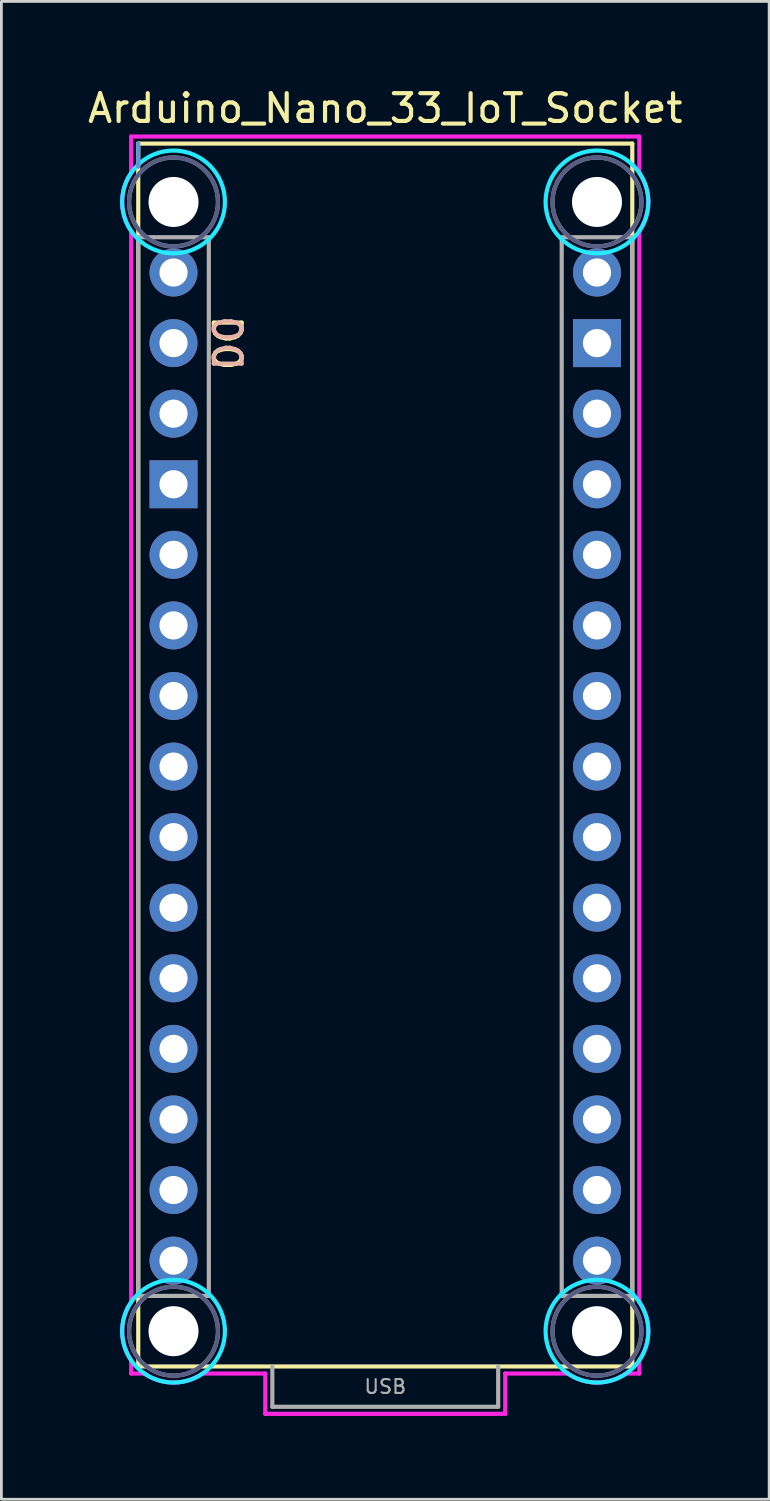
<source format=kicad_pcb>
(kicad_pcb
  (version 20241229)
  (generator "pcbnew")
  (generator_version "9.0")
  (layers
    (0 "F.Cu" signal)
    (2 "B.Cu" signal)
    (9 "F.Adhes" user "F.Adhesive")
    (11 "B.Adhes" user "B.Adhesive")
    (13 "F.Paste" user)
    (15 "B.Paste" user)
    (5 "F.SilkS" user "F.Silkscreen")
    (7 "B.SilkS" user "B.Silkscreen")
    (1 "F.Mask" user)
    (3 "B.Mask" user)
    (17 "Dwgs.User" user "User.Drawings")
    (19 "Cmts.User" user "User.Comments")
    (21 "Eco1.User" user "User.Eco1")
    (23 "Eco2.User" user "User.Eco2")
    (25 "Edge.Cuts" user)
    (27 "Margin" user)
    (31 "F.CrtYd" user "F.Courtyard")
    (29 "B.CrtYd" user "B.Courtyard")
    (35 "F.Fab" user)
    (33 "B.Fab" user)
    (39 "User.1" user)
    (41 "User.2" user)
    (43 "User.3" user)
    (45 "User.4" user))
  (footprint "Arduino_Nano_33_IoT_Socket"
    (layer "F.Cu")
    (at 10.815 46.128)
    (property "Reference" "Arduino_Nano_33_IoT_Socket" (at 0 -45.28 0) (layer "F.SilkS") (effects (font (size 1 1) (thickness 0.15))))
    (attr through_hole)
    (fp_line (start -8.89 -44.01) (end -8.89 0) (stroke (width 0.15) (type solid)) (layer "F.SilkS"))
    (fp_line (start -8.89 -44.01) (end 8.89 -44.01) (stroke (width 0.15) (type solid)) (layer "F.SilkS"))
    (fp_line (start -8.89 0) (end 8.89 0) (stroke (width 0.15) (type solid)) (layer "F.SilkS"))
    (fp_line (start 8.89 -44.01) (end 8.89 0) (stroke (width 0.15) (type solid)) (layer "F.SilkS"))
    (fp_line (start -8.89 -44.01) (end -8.89 -43.18) (stroke (width 0.15) (type solid)) (layer "Cmts.User"))
    (fp_circle (center -7.62 -41.91) (end -5.77 -41.91) (stroke (width 0.15) (type solid)) (fill no) (layer "B.CrtYd"))
    (fp_circle (center -7.62 -1.27) (end -5.77 -1.27) (stroke (width 0.15) (type solid)) (fill no) (layer "B.CrtYd"))
    (fp_circle (center 7.62 -41.91) (end 9.47 -41.91) (stroke (width 0.15) (type solid)) (fill no) (layer "B.CrtYd"))
    (fp_circle (center 7.62 -1.27) (end 9.47 -1.27) (stroke (width 0.15) (type solid)) (fill no) (layer "B.CrtYd"))
    (fp_line (start -9.144 -44.264) (end 9.144 -44.264) (stroke (width 0.15) (type solid)) (layer "F.CrtYd"))
    (fp_line (start -9.144 -42.951) (end -9.144 -44.264) (stroke (width 0.15) (type solid)) (layer "F.CrtYd"))
    (fp_line (start -9.144 -2.311) (end -9.144 -40.869) (stroke (width 0.15) (type solid)) (layer "F.CrtYd"))
    (fp_line (start -9.144 0.254) (end -9.144 -0.229) (stroke (width 0.15) (type solid)) (layer "F.CrtYd"))
    (fp_line (start -8.661 0.254) (end -9.144 0.254) (stroke (width 0.15) (type solid)) (layer "F.CrtYd"))
    (fp_line (start -4.318 0.254) (end -6.579 0.254) (stroke (width 0.15) (type solid)) (layer "F.CrtYd"))
    (fp_line (start -4.318 1.704) (end -4.318 0.254) (stroke (width 0.15) (type solid)) (layer "F.CrtYd"))
    (fp_line (start 4.318 0.254) (end 4.318 1.704) (stroke (width 0.15) (type solid)) (layer "F.CrtYd"))
    (fp_line (start 4.318 1.704) (end -4.318 1.704) (stroke (width 0.15) (type solid)) (layer "F.CrtYd"))
    (fp_line (start 6.579 0.254) (end 4.318 0.254) (stroke (width 0.15) (type solid)) (layer "F.CrtYd"))
    (fp_line (start 9.144 -44.264) (end 9.144 -42.951) (stroke (width 0.15) (type solid)) (layer "F.CrtYd"))
    (fp_line (start 9.144 -40.869) (end 9.144 -2.311) (stroke (width 0.15) (type solid)) (layer "F.CrtYd"))
    (fp_line (start 9.144 -0.229) (end 9.144 0.254) (stroke (width 0.15) (type solid)) (layer "F.CrtYd"))
    (fp_line (start 9.144 0.254) (end 8.661 0.254) (stroke (width 0.15) (type solid)) (layer "F.CrtYd"))
    (fp_arc (start -9.144 -40.8686) (mid -9.467363 -41.91) (end -9.144 -42.9514) (stroke (width 0.15) (type solid)) (layer "F.CrtYd"))
    (fp_arc (start -9.144 -0.2286) (mid -9.467363 -1.27) (end -9.144 -2.3114) (stroke (width 0.15) (type solid)) (layer "F.CrtYd"))
    (fp_arc (start -6.5786 0.254) (mid -7.62 0.577363) (end -8.6614 0.254) (stroke (width 0.15) (type solid)) (layer "F.CrtYd"))
    (fp_arc (start 8.6614 0.254) (mid 7.62 0.577363) (end 6.5786 0.254) (stroke (width 0.15) (type solid)) (layer "F.CrtYd"))
    (fp_arc (start 9.144 -42.9514) (mid 9.467363 -41.91) (end 9.144 -40.8686) (stroke (width 0.15) (type solid)) (layer "F.CrtYd"))
    (fp_arc (start 9.144 -2.3114) (mid 9.467363 -1.27) (end 9.144 -0.2286) (stroke (width 0.15) (type solid)) (layer "F.CrtYd"))
    (fp_circle (center -7.62 -41.91) (end -6.02 -41.91) (stroke (width 0.15) (type solid)) (fill no) (layer "B.Fab"))
    (fp_circle (center -7.62 -1.27) (end -6.02 -1.27) (stroke (width 0.15) (type solid)) (fill no) (layer "B.Fab"))
    (fp_circle (center 7.62 -41.91) (end 9.22 -41.91) (stroke (width 0.15) (type solid)) (fill no) (layer "B.Fab"))
    (fp_circle (center 7.62 -1.27) (end 9.22 -1.27) (stroke (width 0.15) (type solid)) (fill no) (layer "B.Fab"))
    (fp_line (start -4.064 0) (end -4.064 1.45) (stroke (width 0.15) (type solid)) (layer "F.Fab"))
    (fp_line (start -4.064 1.45) (end 4.064 1.45) (stroke (width 0.15) (type solid)) (layer "F.Fab"))
    (fp_line (start 4.064 1.45) (end 4.064 0) (stroke (width 0.15) (type solid)) (layer "F.Fab"))
    (fp_rect (start -8.89 -40.64) (end -6.35 -2.54) (stroke (width 0.15) (type solid)) (fill no) (layer "F.Fab"))
    (fp_rect (start 6.35 -40.64) (end 8.89 -2.54) (stroke (width 0.15) (type solid)) (fill no) (layer "F.Fab"))
    (fp_circle (center -7.62 -41.91) (end -6.02 -41.91) (stroke (width 0.15) (type solid)) (fill no) (layer "F.Fab"))
    (fp_circle (center -7.62 -1.27) (end -6.02 -1.27) (stroke (width 0.15) (type solid)) (fill no) (layer "F.Fab"))
    (fp_circle (center 7.62 -41.91) (end 9.22 -41.91) (stroke (width 0.15) (type solid)) (fill no) (layer "F.Fab"))
    (fp_circle (center 7.62 -1.27) (end 9.22 -1.27) (stroke (width 0.15) (type solid)) (fill no) (layer "F.Fab"))
    (fp_text user "D0" (at -5.715 -36.83 270) (unlocked yes) (layer "F.SilkS") (effects (font (size 1 1) (thickness 0.15))))
    (fp_text user "D0" (at -5.715 -36.83 270) (unlocked yes) (layer "B.SilkS") (effects (font (size 1 1) (thickness 0.15)) (justify mirror)))
    (fp_text user "USB" (at 0 0.725 0) (layer "F.Fab") (effects (font (size 0.5 0.5) (thickness 0.075))))
    (pad "" np_thru_hole circle (at -7.62 -41.91) (size 1.8 1.8) (drill 1.8) (layers "*.Cu" "*.Mask"))
    (pad "" np_thru_hole circle (at -7.62 -1.27) (size 1.8 1.8) (drill 1.8) (layers "*.Cu" "*.Mask"))
    (pad "" np_thru_hole circle (at 7.62 -41.91) (size 1.8 1.8) (drill 1.8) (layers "*.Cu" "*.Mask"))
    (pad "" np_thru_hole circle (at 7.62 -1.27) (size 1.8 1.8) (drill 1.8) (layers "*.Cu" "*.Mask"))
    (pad "3V3" thru_hole circle (at 7.62 -6.35) (size 1.727 1.727) (drill 1.016) (layers "*.Cu" "*.Mask"))
    (pad "5V" thru_hole circle (at 7.62 -31.75) (size 1.727 1.727) (drill 1.016) (layers "*.Cu" "*.Mask"))
    (pad "A0" thru_hole circle (at 7.62 -11.43) (size 1.727 1.727) (drill 1.016) (layers "*.Cu" "*.Mask"))
    (pad "A1" thru_hole circle (at 7.62 -13.97) (size 1.727 1.727) (drill 1.016) (layers "*.Cu" "*.Mask"))
    (pad "A2" thru_hole circle (at 7.62 -16.51) (size 1.727 1.727) (drill 1.016) (layers "*.Cu" "*.Mask"))
    (pad "A3" thru_hole circle (at 7.62 -19.05) (size 1.727 1.727) (drill 1.016) (layers "*.Cu" "*.Mask"))
    (pad "A4" thru_hole circle (at 7.62 -21.59) (size 1.727 1.727) (drill 1.016) (layers "*.Cu" "*.Mask"))
    (pad "A5" thru_hole circle (at 7.62 -24.13) (size 1.727 1.727) (drill 1.016) (layers "*.Cu" "*.Mask"))
    (pad "A6" thru_hole circle (at 7.62 -26.67) (size 1.727 1.727) (drill 1.016) (layers "*.Cu" "*.Mask"))
    (pad "A7" thru_hole circle (at 7.62 -29.21) (size 1.727 1.727) (drill 1.016) (layers "*.Cu" "*.Mask"))
    (pad "AREF" thru_hole circle (at 7.62 -8.89) (size 1.727 1.727) (drill 1.016) (layers "*.Cu" "*.Mask"))
    (pad "D0" thru_hole circle (at -7.62 -36.83) (size 1.727 1.727) (drill 1.016) (layers "*.Cu" "*.Mask"))
    (pad "D1" thru_hole circle (at -7.62 -39.37) (size 1.727 1.727) (drill 1.016) (layers "*.Cu" "*.Mask"))
    (pad "D2" thru_hole circle (at -7.62 -29.21) (size 1.727 1.727) (drill 1.016) (layers "*.Cu" "*.Mask"))
    (pad "D3" thru_hole circle (at -7.62 -26.67) (size 1.727 1.727) (drill 1.016) (layers "*.Cu" "*.Mask"))
    (pad "D4" thru_hole circle (at -7.62 -24.13) (size 1.727 1.727) (drill 1.016) (layers "*.Cu" "*.Mask"))
    (pad "D5" thru_hole circle (at -7.62 -21.59) (size 1.727 1.727) (drill 1.016) (layers "*.Cu" "*.Mask"))
    (pad "D6" thru_hole circle (at -7.62 -19.05) (size 1.727 1.727) (drill 1.016) (layers "*.Cu" "*.Mask"))
    (pad "D7" thru_hole circle (at -7.62 -16.51) (size 1.727 1.727) (drill 1.016) (layers "*.Cu" "*.Mask"))
    (pad "D8" thru_hole circle (at -7.62 -13.97) (size 1.727 1.727) (drill 1.016) (layers "*.Cu" "*.Mask"))
    (pad "D9" thru_hole circle (at -7.62 -11.43) (size 1.727 1.727) (drill 1.016) (layers "*.Cu" "*.Mask"))
    (pad "D10" thru_hole circle (at -7.62 -8.89) (size 1.727 1.727) (drill 1.016) (layers "*.Cu" "*.Mask"))
    (pad "D11" thru_hole circle (at -7.62 -6.35) (size 1.727 1.727) (drill 1.016) (layers "*.Cu" "*.Mask"))
    (pad "D12" thru_hole circle (at -7.62 -3.81) (size 1.727 1.727) (drill 1.016) (layers "*.Cu" "*.Mask"))
    (pad "D13" thru_hole circle (at 7.62 -3.81) (size 1.727 1.727) (drill 1.016) (layers "*.Cu" "*.Mask"))
    (pad "GND1" thru_hole rect (at -7.62 -31.75) (size 1.727 1.727) (drill 1.016) (layers "*.Cu" "*.Mask"))
    (pad "GND2" thru_hole rect (at 7.62 -36.83) (size 1.727 1.727) (drill 1.016) (layers "*.Cu" "*.Mask"))
    (pad "RST1" thru_hole circle (at -7.62 -34.29) (size 1.727 1.727) (drill 1.016) (layers "*.Cu" "*.Mask"))
    (pad "RST2" thru_hole circle (at 7.62 -34.29) (size 1.727 1.727) (drill 1.016) (layers "*.Cu" "*.Mask"))
    (pad "VIN" thru_hole circle (at 7.62 -39.37) (size 1.727 1.727) (drill 1.016) (layers "*.Cu" "*.Mask")))
  (gr_rect
    (start -3 -3)
    (end 24.631 50.907)
    (stroke (width 0.1) (type default))
    (fill no)
    (layer "Edge.Cuts")))
</source>
